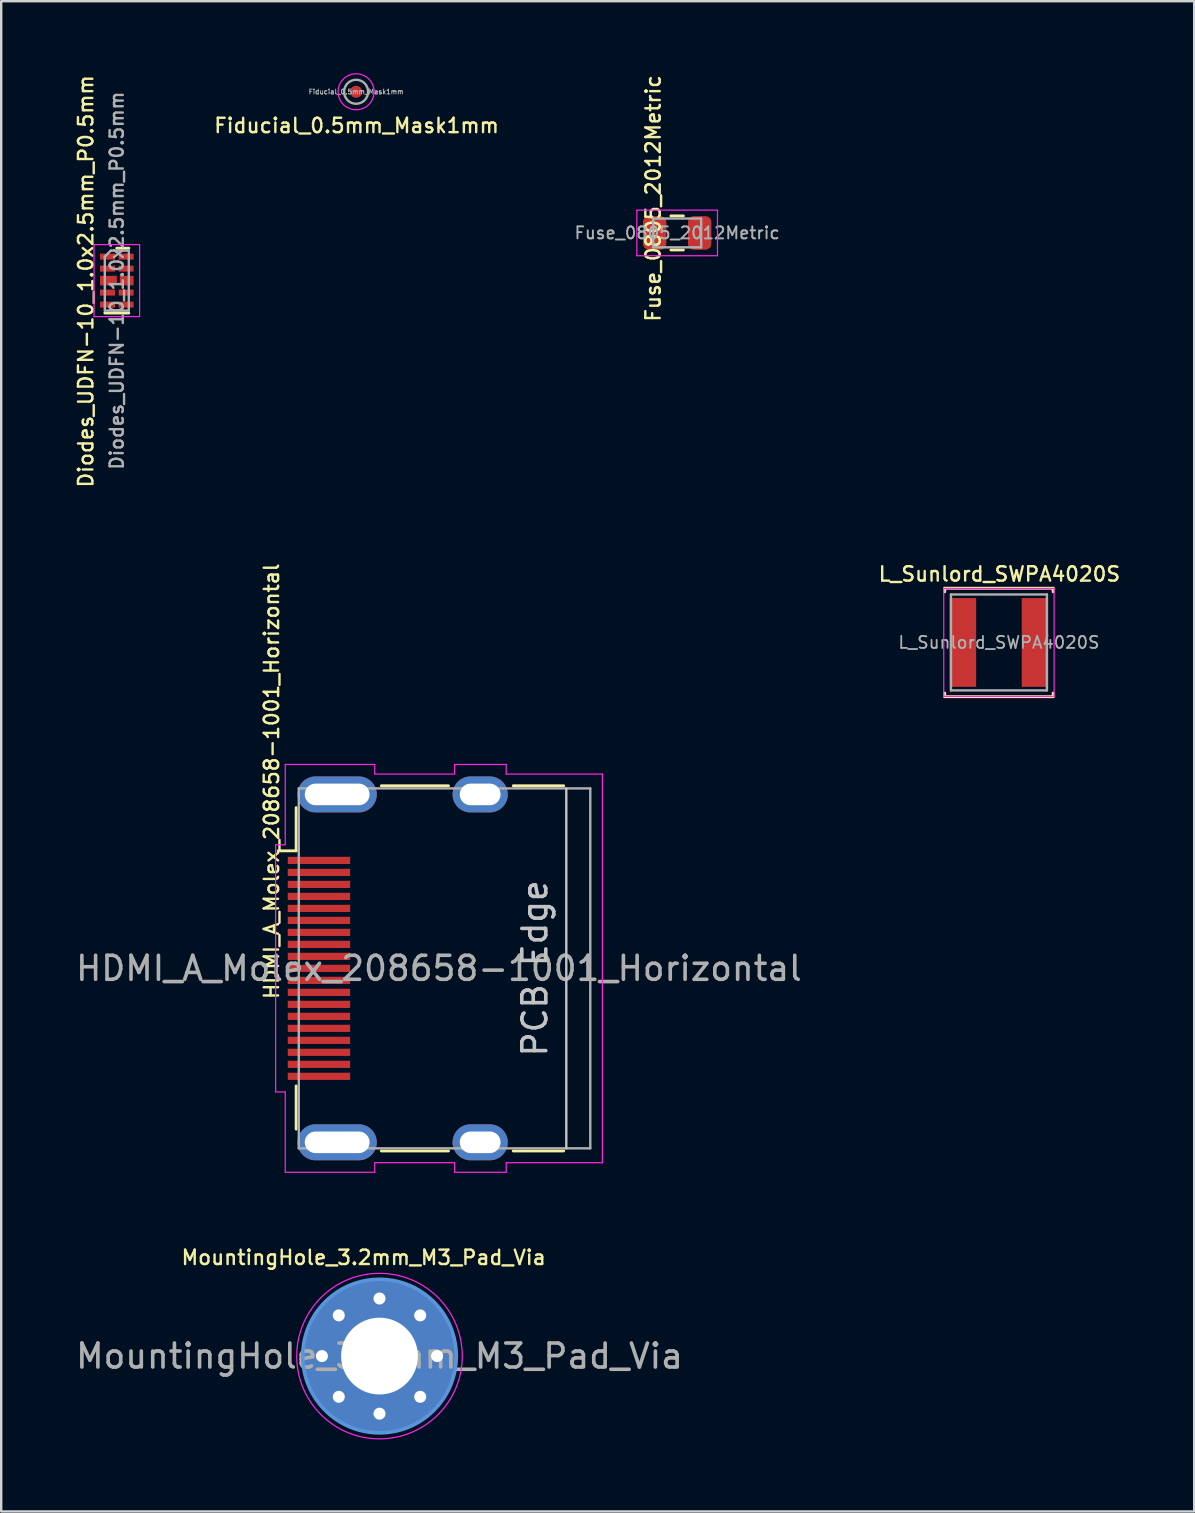
<source format=kicad_pcb>
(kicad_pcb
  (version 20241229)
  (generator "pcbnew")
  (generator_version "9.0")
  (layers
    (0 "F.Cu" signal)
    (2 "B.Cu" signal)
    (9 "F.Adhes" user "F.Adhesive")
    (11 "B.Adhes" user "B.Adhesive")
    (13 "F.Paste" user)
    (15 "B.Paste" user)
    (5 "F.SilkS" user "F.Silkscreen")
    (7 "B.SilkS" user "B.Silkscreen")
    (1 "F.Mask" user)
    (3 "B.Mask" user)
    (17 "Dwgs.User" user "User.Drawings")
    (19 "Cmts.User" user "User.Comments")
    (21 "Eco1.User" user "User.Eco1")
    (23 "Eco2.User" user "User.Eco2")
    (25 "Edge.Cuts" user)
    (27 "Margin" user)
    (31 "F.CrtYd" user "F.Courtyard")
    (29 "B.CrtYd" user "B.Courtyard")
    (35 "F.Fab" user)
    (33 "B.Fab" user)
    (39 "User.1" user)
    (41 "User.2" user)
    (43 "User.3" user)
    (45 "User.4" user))
  (footprint "L_Sunlord_SWPA4020S"
    (layer "F.Cu")
    (at 38.587 23.728)
    (property "Reference" "L_Sunlord_SWPA4020S" (at 0.02 -2.85 0) (layer "F.SilkS") (effects (font (size 0.6 0.6) (thickness 0.1))))
    (attr smd)
    (fp_line (start -2.26 -2.26) (end -2.26 -2.11) (stroke (width 0.12) (type solid)) (layer "F.SilkS"))
    (fp_line (start -2.26 -2.26) (end 2.26 -2.26) (stroke (width 0.12) (type solid)) (layer "F.SilkS"))
    (fp_line (start -2.26 2.26) (end -2.26 2.11) (stroke (width 0.12) (type solid)) (layer "F.SilkS"))
    (fp_line (start -2.26 2.26) (end 2.26 2.26) (stroke (width 0.12) (type solid)) (layer "F.SilkS"))
    (fp_line (start 2.26 -2.26) (end 2.26 -2.11) (stroke (width 0.12) (type solid)) (layer "F.SilkS"))
    (fp_line (start 2.26 2.26) (end 2.26 2.11) (stroke (width 0.12) (type solid)) (layer "F.SilkS"))
    (fp_line (start -2.3 -2.25) (end -2.3 2.25) (stroke (width 0.05) (type solid)) (layer "F.CrtYd"))
    (fp_line (start -2.3 2.25) (end 2.3 2.25) (stroke (width 0.05) (type solid)) (layer "F.CrtYd"))
    (fp_line (start 2.3 -2.25) (end -2.3 -2.25) (stroke (width 0.05) (type solid)) (layer "F.CrtYd"))
    (fp_line (start 2.3 2.25) (end 2.3 -2.25) (stroke (width 0.05) (type solid)) (layer "F.CrtYd"))
    (fp_line (start -2 -2) (end -2 2) (stroke (width 0.1) (type solid)) (layer "F.Fab"))
    (fp_line (start -2 2) (end 2 2) (stroke (width 0.1) (type solid)) (layer "F.Fab"))
    (fp_line (start 2 -2) (end -2 -2) (stroke (width 0.1) (type solid)) (layer "F.Fab"))
    (fp_line (start 2 2) (end 2 -2) (stroke (width 0.1) (type solid)) (layer "F.Fab"))
    (fp_text user "${REFERENCE}" (at 0 0 180) (layer "F.Fab") (effects (font (size 0.5 0.5) (thickness 0.075))))
    (pad "1" smd rect (at -1.5 0) (size 1.1 3.7) (layers "F.Cu" "F.Mask" "F.Paste"))
    (pad "2" smd rect (at 1.5 0) (size 1.1 3.7) (layers "F.Cu" "F.Mask" "F.Paste")))
  (footprint "Diodes_UDFN-10_1.0x2.5mm_P0.5mm"
    (layer "F.Cu")
    (at 1.819 8.646)
    (property "Reference" "Diodes_UDFN-10_1.0x2.5mm_P0.5mm" (at -1.292 0.03 90) (layer "F.SilkS") (effects (font (size 0.6 0.6) (thickness 0.1))))
    (attr smd)
    (fp_line (start 0.5 -1.35) (end 0 -1.35) (stroke (width 0.12) (type solid)) (layer "F.SilkS"))
    (fp_line (start 0.5 1.35) (end -0.5 1.35) (stroke (width 0.12) (type solid)) (layer "F.SilkS"))
    (fp_line (start -0.95 -1.5) (end 0.95 -1.5) (stroke (width 0.05) (type solid)) (layer "F.CrtYd"))
    (fp_line (start -0.95 1.5) (end -0.95 -1.5) (stroke (width 0.05) (type solid)) (layer "F.CrtYd"))
    (fp_line (start 0.95 -1.5) (end 0.95 1.5) (stroke (width 0.05) (type solid)) (layer "F.CrtYd"))
    (fp_line (start 0.95 1.5) (end -0.95 1.5) (stroke (width 0.05) (type solid)) (layer "F.CrtYd"))
    (fp_line (start -0.5 -1) (end -0.5 1.25) (stroke (width 0.1) (type solid)) (layer "F.Fab"))
    (fp_line (start -0.5 1.25) (end 0.5 1.25) (stroke (width 0.1) (type solid)) (layer "F.Fab"))
    (fp_line (start -0.25 -1.25) (end -0.5 -1) (stroke (width 0.1) (type solid)) (layer "F.Fab"))
    (fp_line (start 0.5 -1.25) (end -0.25 -1.25) (stroke (width 0.1) (type solid)) (layer "F.Fab"))
    (fp_line (start 0.5 -1.25) (end 0.5 1.25) (stroke (width 0.1) (type solid)) (layer "F.Fab"))
    (fp_text user "${REFERENCE}" (at 0 0 90) (layer "F.Fab") (effects (font (size 0.55 0.55) (thickness 0.1))))
    (pad "1" smd rect (at -0.388 -1 270) (size 0.25 0.625) (layers "F.Cu" "F.Mask" "F.Paste"))
    (pad "2" smd rect (at -0.388 -0.5 270) (size 0.25 0.625) (layers "F.Cu" "F.Mask" "F.Paste"))
    (pad "3" smd rect (at -0.35 0 270) (size 0.4 0.7) (layers "F.Cu" "F.Mask" "F.Paste"))
    (pad "4" smd rect (at -0.388 0.5 270) (size 0.25 0.625) (layers "F.Cu" "F.Mask" "F.Paste"))
    (pad "5" smd rect (at -0.388 1 270) (size 0.25 0.625) (layers "F.Cu" "F.Mask" "F.Paste"))
    (pad "6" smd rect (at 0.388 1 270) (size 0.25 0.625) (layers "F.Cu" "F.Mask" "F.Paste"))
    (pad "7" smd rect (at 0.388 0.5 270) (size 0.25 0.625) (layers "F.Cu" "F.Mask" "F.Paste"))
    (pad "8" smd rect (at 0.412 0 270) (size 0.4 0.575) (layers "F.Cu" "F.Mask" "F.Paste"))
    (pad "9" smd rect (at 0.388 -0.5 270) (size 0.25 0.625) (layers "F.Cu" "F.Mask" "F.Paste"))
    (pad "10" smd rect (at 0.388 -1 270) (size 0.25 0.625) (layers "F.Cu" "F.Mask" "F.Paste")))
  (footprint "Fuse_0805_2012Metric"
    (layer "F.Cu")
    (at 25.175 6.659)
    (property "Reference" "Fuse_0805_2012Metric" (at -1 -1.44 90) (layer "F.SilkS") (effects (font (size 0.6 0.6) (thickness 0.1))))
    (attr smd)
    (fp_line (start -0.259 -0.71) (end 0.259 -0.71) (stroke (width 0.12) (type solid)) (layer "F.SilkS"))
    (fp_line (start -0.259 0.71) (end 0.259 0.71) (stroke (width 0.12) (type solid)) (layer "F.SilkS"))
    (fp_line (start -1.68 -0.95) (end 1.68 -0.95) (stroke (width 0.05) (type solid)) (layer "F.CrtYd"))
    (fp_line (start -1.68 0.95) (end -1.68 -0.95) (stroke (width 0.05) (type solid)) (layer "F.CrtYd"))
    (fp_line (start 1.68 -0.95) (end 1.68 0.95) (stroke (width 0.05) (type solid)) (layer "F.CrtYd"))
    (fp_line (start 1.68 0.95) (end -1.68 0.95) (stroke (width 0.05) (type solid)) (layer "F.CrtYd"))
    (fp_line (start -1 -0.6) (end 1 -0.6) (stroke (width 0.1) (type solid)) (layer "F.Fab"))
    (fp_line (start -1 0.6) (end -1 -0.6) (stroke (width 0.1) (type solid)) (layer "F.Fab"))
    (fp_line (start 1 -0.6) (end 1 0.6) (stroke (width 0.1) (type solid)) (layer "F.Fab"))
    (fp_line (start 1 0.6) (end -1 0.6) (stroke (width 0.1) (type solid)) (layer "F.Fab"))
    (fp_text user "${REFERENCE}" (at 0 0 0) (layer "F.Fab") (effects (font (size 0.5 0.5) (thickness 0.08))))
    (pad "1" smd roundrect (at -0.938 0) (size 0.975 1.4) (layers "F.Cu" "F.Mask" "F.Paste") (roundrect_rratio 0.25))
    (pad "2" smd roundrect (at 0.938 0) (size 0.975 1.4) (layers "F.Cu" "F.Mask" "F.Paste") (roundrect_rratio 0.25)))
  (footprint "MountingHole_3.2mm_M3_Pad_Via"
    (layer "F.Cu")
    (at 12.768 53.474)
    (property "Reference" "MountingHole_3.2mm_M3_Pad_Via" (at -0.66 -4.11 0) (layer "F.SilkS") (effects (font (size 0.6 0.6) (thickness 0.1))))
    (attr exclude_from_pos_files exclude_from_bom)
    (fp_circle (center 0 0) (end 3.2 0) (stroke (width 0.15) (type solid)) (fill no) (layer "Cmts.User"))
    (fp_circle (center 0 0) (end 3.45 0) (stroke (width 0.05) (type solid)) (fill no) (layer "F.CrtYd"))
    (fp_text user "${REFERENCE}" (at 0 0 0) (layer "F.Fab") (effects (font (size 1 1) (thickness 0.15))))
    (pad "1" thru_hole circle (at -2.4 0) (size 0.8 0.8) (drill 0.5) (layers "*.Cu" "*.Mask"))
    (pad "1" thru_hole circle (at -1.697 -1.697) (size 0.8 0.8) (drill 0.5) (layers "*.Cu" "*.Mask"))
    (pad "1" thru_hole circle (at -1.697 1.697) (size 0.8 0.8) (drill 0.5) (layers "*.Cu" "*.Mask"))
    (pad "1" thru_hole circle (at 0 -2.4) (size 0.8 0.8) (drill 0.5) (layers "*.Cu" "*.Mask"))
    (pad "1" thru_hole circle (at 0 0) (size 6.4 6.4) (drill 3.2) (layers "*.Cu" "*.Mask"))
    (pad "1" thru_hole circle (at 0 2.4) (size 0.8 0.8) (drill 0.5) (layers "*.Cu" "*.Mask"))
    (pad "1" thru_hole circle (at 1.697 -1.697) (size 0.8 0.8) (drill 0.5) (layers "*.Cu" "*.Mask"))
    (pad "1" thru_hole circle (at 1.697 1.697) (size 0.8 0.8) (drill 0.5) (layers "*.Cu" "*.Mask"))
    (pad "1" thru_hole circle (at 2.4 0) (size 0.8 0.8) (drill 0.5) (layers "*.Cu" "*.Mask")))
  (footprint "HDMI_A_Molex_208658-1001_Horizontal"
    (layer "F.Cu")
    (at 13.529 37.313)
    (property "Reference" "HDMI_A_Molex_208658-1001_Horizontal" (at -5.26 -7.8 90) (layer "F.SilkS") (effects (font (size 0.6 0.6) (thickness 0.1))))
    (attr smd)
    (fp_line (start -4.985 -4.9) (end -4.235 -4.9) (stroke (width 0.12) (type solid)) (layer "F.SilkS"))
    (fp_line (start -4.235 -4.9) (end -4.235 -6.7) (stroke (width 0.12) (type solid)) (layer "F.SilkS"))
    (fp_line (start -4.235 6.7) (end -4.235 4.9) (stroke (width 0.12) (type solid)) (layer "F.SilkS"))
    (fp_line (start -0.685 -7.61) (end 2.115 -7.61) (stroke (width 0.12) (type solid)) (layer "F.SilkS"))
    (fp_line (start -0.685 7.61) (end 2.115 7.61) (stroke (width 0.12) (type solid)) (layer "F.SilkS"))
    (fp_line (start 4.815 -7.61) (end 6.915 -7.61) (stroke (width 0.12) (type solid)) (layer "F.SilkS"))
    (fp_line (start 4.815 7.61) (end 6.915 7.61) (stroke (width 0.12) (type solid)) (layer "F.SilkS"))
    (fp_line (start 7.025 -7.5) (end 7.025 7.5) (stroke (width 0.1) (type solid)) (layer "Dwgs.User"))
    (fp_line (start -5.09 5.15) (end -5.09 -5.15) (stroke (width 0.05) (type solid)) (layer "F.CrtYd"))
    (fp_line (start -4.69 -5.15) (end -5.09 -5.15) (stroke (width 0.05) (type solid)) (layer "F.CrtYd"))
    (fp_line (start -4.69 -5.15) (end -4.69 -8.5) (stroke (width 0.05) (type solid)) (layer "F.CrtYd"))
    (fp_line (start -4.69 5.15) (end -5.09 5.15) (stroke (width 0.05) (type solid)) (layer "F.CrtYd"))
    (fp_line (start -4.69 8.5) (end -4.69 5.15) (stroke (width 0.05) (type solid)) (layer "F.CrtYd"))
    (fp_line (start -0.96 -8.5) (end -4.69 -8.5) (stroke (width 0.05) (type solid)) (layer "F.CrtYd"))
    (fp_line (start -0.96 -8.1) (end -0.96 -8.5) (stroke (width 0.05) (type solid)) (layer "F.CrtYd"))
    (fp_line (start -0.96 8.5) (end -4.69 8.5) (stroke (width 0.05) (type solid)) (layer "F.CrtYd"))
    (fp_line (start -0.96 8.5) (end -0.96 8.1) (stroke (width 0.05) (type solid)) (layer "F.CrtYd"))
    (fp_line (start 2.37 -8.1) (end -0.96 -8.1) (stroke (width 0.05) (type solid)) (layer "F.CrtYd"))
    (fp_line (start 2.37 -8.1) (end 2.37 -8.5) (stroke (width 0.05) (type solid)) (layer "F.CrtYd"))
    (fp_line (start 2.37 8.1) (end -0.96 8.1) (stroke (width 0.05) (type solid)) (layer "F.CrtYd"))
    (fp_line (start 2.37 8.5) (end 2.37 8.1) (stroke (width 0.05) (type solid)) (layer "F.CrtYd"))
    (fp_line (start 4.52 -8.5) (end 2.37 -8.5) (stroke (width 0.05) (type solid)) (layer "F.CrtYd"))
    (fp_line (start 4.52 -8.1) (end 4.52 -8.5) (stroke (width 0.05) (type solid)) (layer "F.CrtYd"))
    (fp_line (start 4.52 8.5) (end 2.37 8.5) (stroke (width 0.05) (type solid)) (layer "F.CrtYd"))
    (fp_line (start 4.52 8.5) (end 4.52 8.1) (stroke (width 0.05) (type solid)) (layer "F.CrtYd"))
    (fp_line (start 8.53 -8.1) (end 4.52 -8.1) (stroke (width 0.05) (type solid)) (layer "F.CrtYd"))
    (fp_line (start 8.53 8.1) (end 4.52 8.1) (stroke (width 0.05) (type solid)) (layer "F.CrtYd"))
    (fp_line (start 8.53 8.1) (end 8.53 -8.1) (stroke (width 0.05) (type solid)) (layer "F.CrtYd"))
    (fp_line (start -4.125 -7.5) (end -4.125 7.5) (stroke (width 0.1) (type solid)) (layer "F.Fab"))
    (fp_line (start -4.125 -7.5) (end 8.025 -7.5) (stroke (width 0.1) (type solid)) (layer "F.Fab"))
    (fp_line (start -4.125 7.5) (end 8.025 7.5) (stroke (width 0.1) (type solid)) (layer "F.Fab"))
    (fp_line (start 8.025 -7.5) (end 8.025 7.5) (stroke (width 0.1) (type solid)) (layer "F.Fab"))
    (fp_text user "PCB Edge" (at 5.715 0 90) (layer "Dwgs.User") (effects (font (size 1 1) (thickness 0.15))))
    (fp_text user "${REFERENCE}" (at 1.715 0 0) (layer "F.Fab") (effects (font (size 1 1) (thickness 0.15))))
    (pad "1" smd rect (at -3.285 -4.5) (size 2.6 0.3) (layers "F.Cu" "F.Mask" "F.Paste"))
    (pad "2" smd rect (at -3.285 -4) (size 2.6 0.3) (layers "F.Cu" "F.Mask" "F.Paste"))
    (pad "3" smd rect (at -3.285 -3.5) (size 2.6 0.3) (layers "F.Cu" "F.Mask" "F.Paste"))
    (pad "4" smd rect (at -3.285 -3) (size 2.6 0.3) (layers "F.Cu" "F.Mask" "F.Paste"))
    (pad "5" smd rect (at -3.285 -2.5) (size 2.6 0.3) (layers "F.Cu" "F.Mask" "F.Paste"))
    (pad "6" smd rect (at -3.285 -2) (size 2.6 0.3) (layers "F.Cu" "F.Mask" "F.Paste"))
    (pad "7" smd rect (at -3.285 -1.5) (size 2.6 0.3) (layers "F.Cu" "F.Mask" "F.Paste"))
    (pad "8" smd rect (at -3.285 -1) (size 2.6 0.3) (layers "F.Cu" "F.Mask" "F.Paste"))
    (pad "9" smd rect (at -3.285 -0.5) (size 2.6 0.3) (layers "F.Cu" "F.Mask" "F.Paste"))
    (pad "10" smd rect (at -3.285 0) (size 2.6 0.3) (layers "F.Cu" "F.Mask" "F.Paste"))
    (pad "11" smd rect (at -3.285 0.5) (size 2.6 0.3) (layers "F.Cu" "F.Mask" "F.Paste"))
    (pad "12" smd rect (at -3.285 1) (size 2.6 0.3) (layers "F.Cu" "F.Mask" "F.Paste"))
    (pad "13" smd rect (at -3.285 1.5) (size 2.6 0.3) (layers "F.Cu" "F.Mask" "F.Paste"))
    (pad "14" smd rect (at -3.285 2) (size 2.6 0.3) (layers "F.Cu" "F.Mask" "F.Paste"))
    (pad "15" smd rect (at -3.285 2.5) (size 2.6 0.3) (layers "F.Cu" "F.Mask" "F.Paste"))
    (pad "16" smd rect (at -3.285 3) (size 2.6 0.3) (layers "F.Cu" "F.Mask" "F.Paste"))
    (pad "17" smd rect (at -3.285 3.5) (size 2.6 0.3) (layers "F.Cu" "F.Mask" "F.Paste"))
    (pad "18" smd rect (at -3.285 4) (size 2.6 0.3) (layers "F.Cu" "F.Mask" "F.Paste"))
    (pad "19" smd rect (at -3.285 4.5) (size 2.6 0.3) (layers "F.Cu" "F.Mask" "F.Paste"))
    (pad "SH" thru_hole oval (at -2.525 -7.25) (size 3.3 1.5) (drill oval 2.7 0.9) (layers "*.Cu" "*.Mask"))
    (pad "SH" thru_hole oval (at -2.525 7.25) (size 3.3 1.5) (drill oval 2.7 0.9) (layers "*.Cu" "*.Mask"))
    (pad "SH" thru_hole oval (at 3.435 -7.25) (size 2.3 1.5) (drill oval 1.7 0.9) (layers "*.Cu" "*.Mask"))
    (pad "SH" thru_hole oval (at 3.435 7.25) (size 2.3 1.5) (drill oval 1.7 0.9) (layers "*.Cu" "*.Mask")))
  (footprint "Fiducial_0.5mm_Mask1mm"
    (layer "F.Cu")
    (at 11.793 0.775)
    (property "Reference" "Fiducial_0.5mm_Mask1mm" (at 0.02 1.41 0) (layer "F.SilkS") (effects (font (size 0.6 0.6) (thickness 0.1))))
    (attr smd exclude_from_bom)
    (fp_circle (center 0 0) (end 0.75 0) (stroke (width 0.05) (type solid)) (fill no) (layer "F.CrtYd"))
    (fp_circle (center 0 0) (end 0.5 0) (stroke (width 0.1) (type solid)) (fill no) (layer "F.Fab"))
    (fp_text user "${REFERENCE}" (at 0 0 0) (layer "F.Fab") (effects (font (size 0.2 0.2) (thickness 0.04))))
    (pad "" smd circle (at 0 0) (size 0.5 0.5) (layers "F.Cu" "F.Mask")))
  (gr_rect
    (start -3 -3)
    (end 46.725 59.949)
    (stroke (width 0.1) (type default))
    (fill no)
    (layer "Edge.Cuts")))
</source>
